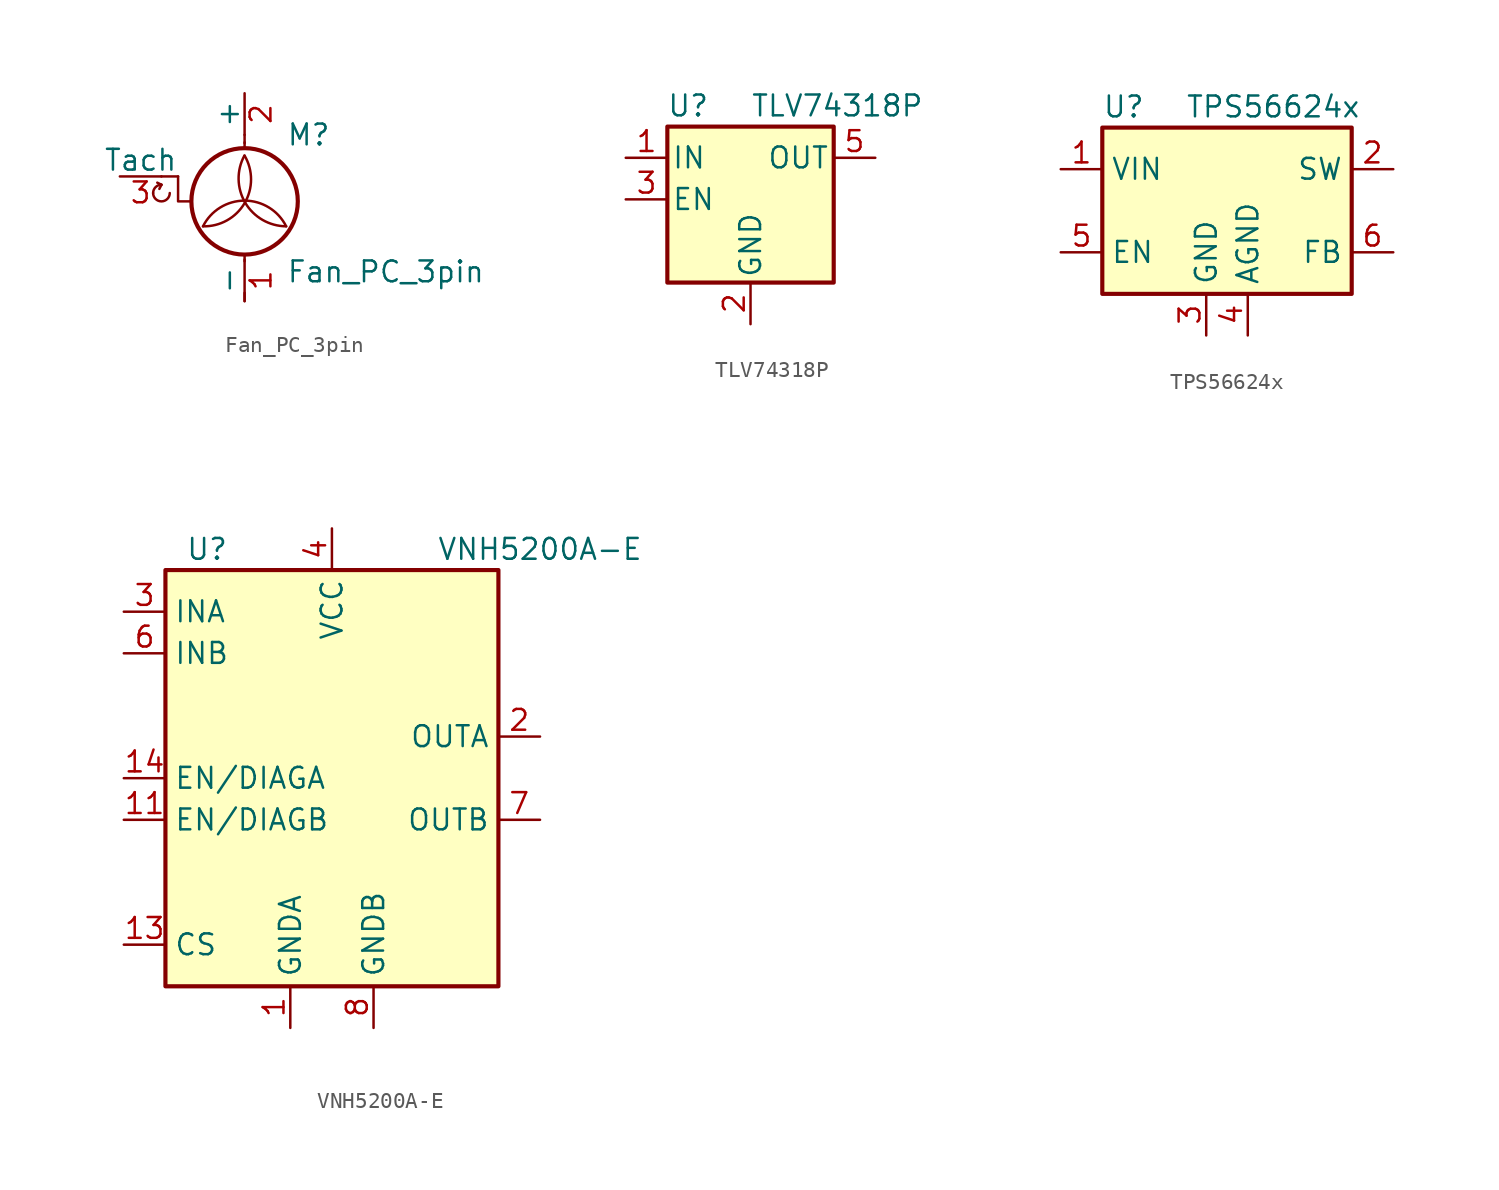
<source format=kicad_sym>
(kicad_symbol_lib
  (version 20220914)
  (generator kicad_symbol_editor)
  (symbol "Fan_PC_3pin"
    (pin_names
      (offset 0))
    (property "Reference" "M"
      (at 2.54 2.54 0)
      (effects (font (size 1.27 1.27)) (justify left)))
    (property "Value" "Fan_PC_3pin"
      (at 2.54 -5.08 0)
      (effects (font (size 1.27 1.27)) (justify left top)))
    (symbol "Fan_PC_3pin_0_0"
      (arc (start -5.588 -1.016) (mid -5.08 -1.5218) (end -4.572 -1.016) (stroke (width 0) (type default)) (fill (type none)))
      (arc (start -5.08 -0.508) (mid -5.4392 -0.6568) (end -5.588 -1.016) (stroke (width 0) (type default)) (fill (type none)))
      (polyline (pts (xy -5.08 -0.508) (xy -5.334 -0.381)) (stroke (width 0) (type default)) (fill (type none)))
      (polyline (pts (xy -5.08 -0.508) (xy -5.207 -0.762)) (stroke (width 0) (type default)) (fill (type none)))
      (polyline (pts (xy -4.064 0) (xy -4.064 -1.524) (xy -3.302 -1.524)) (stroke (width 0) (type default)) (fill (type none))))
    (symbol "Fan_PC_3pin_0_1"
      (arc (start -2.54 -3.048) (mid 0.0028 -1.6279) (end 0 1.27) (stroke (width 0) (type default)) (fill (type none)))
      (circle (center 0 -1.524) (radius 3.251) (stroke (width 0.254) (type default)) (fill (type none)))
      (polyline (pts (xy -4.064 0) (xy -5.08 0)) (stroke (width 0) (type default)) (fill (type none)))
      (polyline (pts (xy 0 -7.62) (xy 0 -7.112)) (stroke (width 0) (type default)) (fill (type none)))
      (polyline (pts (xy 0 -4.775) (xy 0 -5.182)) (stroke (width 0) (type default)) (fill (type none)))
      (polyline (pts (xy 0 1.727) (xy 0 2.083)) (stroke (width 0) (type default)) (fill (type none)))
      (polyline (pts (xy 0 2.032) (xy 0 2.54)) (stroke (width 0) (type default)) (fill (type none)))
      (arc (start 0 1.27) (mid 0.053 -1.619) (end 2.54 -3.048) (stroke (width 0) (type default)) (fill (type none)))
      (arc (start 2.54 -3.048) (mid 0 -1.4782) (end -2.54 -3.048) (stroke (width 0) (type default)) (fill (type none))))
    (symbol "Fan_PC_3pin_1_1"
      (pin passive line (at 0 -7.62 90) (length 2.54) (name "-" (effects (font (size 1.27 1.27)))) (number "1" (effects (font (size 1.27 1.27)))))
      (pin passive line (at 0 5.08 270) (length 2.54) (name "+" (effects (font (size 1.27 1.27)))) (number "2" (effects (font (size 1.27 1.27)))))
      (pin passive line (at -7.62 0 0) (length 2.54) (name "Tach" (effects (font (size 1.27 1.27)))) (number "3" (effects (font (size 1.27 1.27)))))))
  (symbol "TLV74318P"
    (pin_names
      (offset 0.254))
    (property "Reference" "U"
      (at -3.81 5.715 0)
      (effects (font (size 1.27 1.27))))
    (property "Value" "TLV74318P"
      (at 0 5.715 0)
      (effects (font (size 1.27 1.27)) (justify left)))
    (symbol "TLV74318P_0_1"
      (rectangle (start -5.08 4.445) (end 5.08 -5.08) (stroke (width 0.254) (type default)) (fill (type background))))
    (symbol "TLV74318P_1_1"
      (pin power_in line (at -7.62 2.54 0) (length 2.54) (name "IN" (effects (font (size 1.27 1.27)))) (number "1" (effects (font (size 1.27 1.27)))))
      (pin power_in line (at 0 -7.62 90) (length 2.54) (name "GND" (effects (font (size 1.27 1.27)))) (number "2" (effects (font (size 1.27 1.27)))))
      (pin input line (at -7.62 0 0) (length 2.54) (name "EN" (effects (font (size 1.27 1.27)))) (number "3" (effects (font (size 1.27 1.27)))))
      (pin no_connect line (at 7.62 0 180) (length 2.54) hide (name "NC" (effects (font (size 1.27 1.27)))) (number "4" (effects (font (size 1.27 1.27)))))
      (pin power_out line (at 7.62 2.54 180) (length 2.54) (name "OUT" (effects (font (size 1.27 1.27)))) (number "5" (effects (font (size 1.27 1.27)))))))
  (symbol "TPS56624x"
    (property "Reference" "U"
      (at -7.62 6.35 0)
      (effects (font (size 1.27 1.27)) (justify left)))
    (property "Value" "TPS56624x"
      (at -2.54 6.35 0)
      (effects (font (size 1.27 1.27)) (justify left)))
    (symbol "TPS56624x_0_1"
      (rectangle (start -7.62 5.08) (end 7.62 -5.08) (stroke (width 0.254) (type default)) (fill (type background))))
    (symbol "TPS56624x_1_1"
      (pin power_in line (at -10.16 2.54 0) (length 2.54) (name "VIN" (effects (font (size 1.27 1.27)))) (number "1" (effects (font (size 1.27 1.27)))))
      (pin output line (at 10.16 2.54 180) (length 2.54) (name "SW" (effects (font (size 1.27 1.27)))) (number "2" (effects (font (size 1.27 1.27)))))
      (pin power_in line (at -1.27 -7.62 90) (length 2.54) (name "GND" (effects (font (size 1.27 1.27)))) (number "3" (effects (font (size 1.27 1.27)))))
      (pin power_in line (at 1.27 -7.62 90) (length 2.54) (name "AGND" (effects (font (size 1.27 1.27)))) (number "4" (effects (font (size 1.27 1.27)))))
      (pin input line (at -10.16 -2.54 0) (length 2.54) (name "EN" (effects (font (size 1.27 1.27)))) (number "5" (effects (font (size 1.27 1.27)))))
      (pin input line (at 10.16 -2.54 180) (length 2.54) (name "FB" (effects (font (size 1.27 1.27)))) (number "6" (effects (font (size 1.27 1.27)))))))
  (symbol "VNH5200A-E"
    (property "Reference" "U"
      (at -7.62 13.97 0)
      (effects (font (size 1.27 1.27))))
    (property "Value" "VNH5200A-E"
      (at 12.7 13.97 0)
      (effects (font (size 1.27 1.27))))
    (symbol "VNH5200A-E_0_1"
      (rectangle (start -10.16 12.7) (end 10.16 -12.7) (stroke (width 0.254) (type default)) (fill (type background))))
    (symbol "VNH5200A-E_1_1"
      (pin power_in line (at -2.54 -15.24 90) (length 2.54) (name "GNDA" (effects (font (size 1.27 1.27)))) (number "1" (effects (font (size 1.27 1.27)))))
      (pin output line (at 12.7 -2.54 180) (length 2.54) hide (name "OUTB" (effects (font (size 1.27 1.27)))) (number "10" (effects (font (size 1.27 1.27)))))
      (pin open_collector line (at -12.7 -2.54 0) (length 2.54) (name "EN/DIAGB" (effects (font (size 1.27 1.27)))) (number "11" (effects (font (size 1.27 1.27)))))
      (pin power_in line (at 0 15.24 270) (length 2.54) hide (name "VCC" (effects (font (size 1.27 1.27)))) (number "12" (effects (font (size 1.27 1.27)))))
      (pin output line (at -12.7 -10.16 0) (length 2.54) (name "CS" (effects (font (size 1.27 1.27)))) (number "13" (effects (font (size 1.27 1.27)))))
      (pin open_collector line (at -12.7 0 0) (length 2.54) (name "EN/DIAGA" (effects (font (size 1.27 1.27)))) (number "14" (effects (font (size 1.27 1.27)))))
      (pin output line (at 12.7 2.54 180) (length 2.54) hide (name "OUTA" (effects (font (size 1.27 1.27)))) (number "15" (effects (font (size 1.27 1.27)))))
      (pin power_in line (at -2.54 -15.24 90) (length 2.54) hide (name "GNDA" (effects (font (size 1.27 1.27)))) (number "16" (effects (font (size 1.27 1.27)))))
      (pin output line (at 12.7 2.54 180) (length 2.54) (name "OUTA" (effects (font (size 1.27 1.27)))) (number "2" (effects (font (size 1.27 1.27)))))
      (pin input line (at -12.7 10.16 0) (length 2.54) (name "INA" (effects (font (size 1.27 1.27)))) (number "3" (effects (font (size 1.27 1.27)))))
      (pin power_in line (at 0 15.24 270) (length 2.54) (name "VCC" (effects (font (size 1.27 1.27)))) (number "4" (effects (font (size 1.27 1.27)))))
      (pin power_in line (at 0 15.24 270) (length 2.54) hide (name "VCC" (effects (font (size 1.27 1.27)))) (number "5" (effects (font (size 1.27 1.27)))))
      (pin input line (at -12.7 7.62 0) (length 2.54) (name "INB" (effects (font (size 1.27 1.27)))) (number "6" (effects (font (size 1.27 1.27)))))
      (pin output line (at 12.7 -2.54 180) (length 2.54) (name "OUTB" (effects (font (size 1.27 1.27)))) (number "7" (effects (font (size 1.27 1.27)))))
      (pin power_in line (at 2.54 -15.24 90) (length 2.54) (name "GNDB" (effects (font (size 1.27 1.27)))) (number "8" (effects (font (size 1.27 1.27)))))
      (pin power_in line (at 2.54 -15.24 90) (length 2.54) hide (name "GNDB" (effects (font (size 1.27 1.27)))) (number "9" (effects (font (size 1.27 1.27))))))))
</source>
